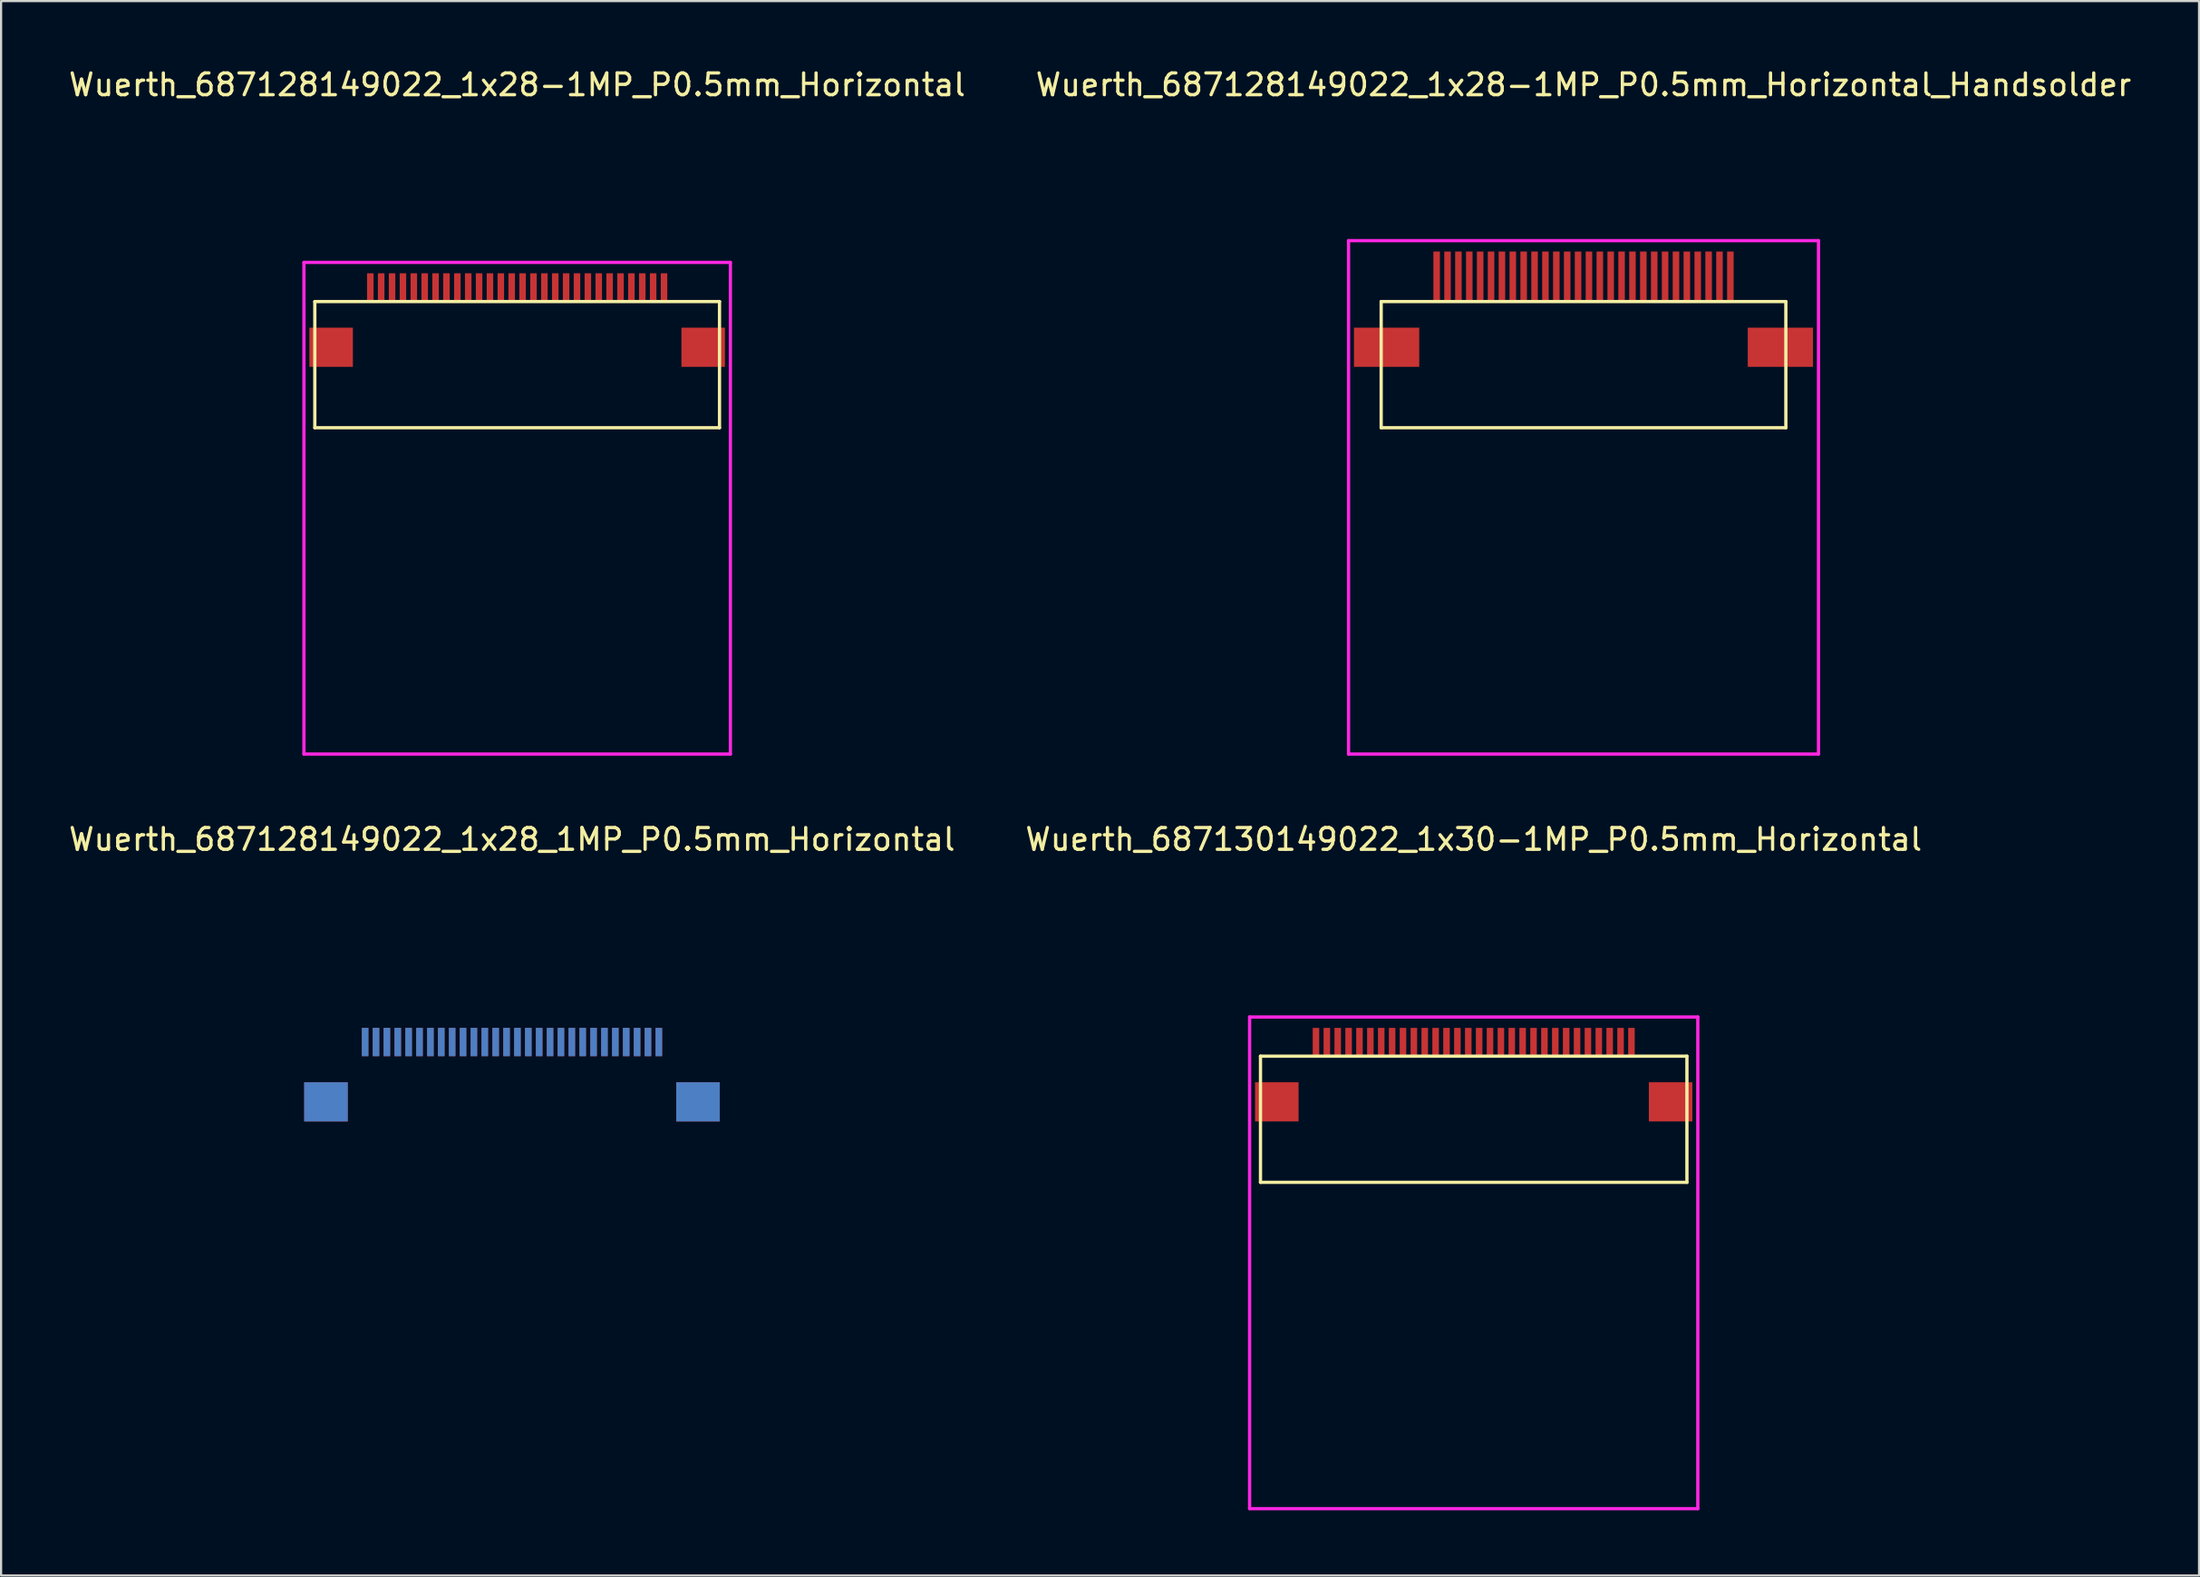
<source format=kicad_pcb>
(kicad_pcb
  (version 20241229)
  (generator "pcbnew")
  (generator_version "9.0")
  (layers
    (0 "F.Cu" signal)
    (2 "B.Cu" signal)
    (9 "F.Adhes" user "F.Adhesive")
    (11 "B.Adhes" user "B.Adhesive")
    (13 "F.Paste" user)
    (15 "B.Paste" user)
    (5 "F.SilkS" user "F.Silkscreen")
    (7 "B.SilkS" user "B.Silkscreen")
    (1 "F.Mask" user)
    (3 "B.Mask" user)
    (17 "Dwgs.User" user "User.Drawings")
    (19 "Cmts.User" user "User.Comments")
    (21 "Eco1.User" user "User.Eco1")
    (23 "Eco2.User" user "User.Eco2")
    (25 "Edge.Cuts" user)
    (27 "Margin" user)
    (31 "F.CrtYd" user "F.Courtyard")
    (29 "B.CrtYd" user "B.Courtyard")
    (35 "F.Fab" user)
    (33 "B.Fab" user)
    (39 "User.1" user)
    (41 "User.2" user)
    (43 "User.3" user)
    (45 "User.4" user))
  (footprint "Wuerth_687128149022_1x28-1MP_P0.5mm_Horizontal_Handsolder"
    (layer "F.Cu")
    (at 69.732 12.913)
    (property "Reference" "Wuerth_687128149022_1x28-1MP_P0.5mm_Horizontal_Handsolder" (at 0 -12.065 0) (layer "F.SilkS") (effects (font (size 1 1) (thickness 0.15))))
    (attr through_hole)
    (fp_line (start -9.3 -2.1) (end 9.3 -2.1) (stroke (width 0.15) (type solid)) (layer "F.SilkS"))
    (fp_line (start -9.3 3.7) (end -9.3 -2.1) (stroke (width 0.15) (type solid)) (layer "F.SilkS"))
    (fp_line (start 9.3 -2.1) (end 9.3 3.7) (stroke (width 0.15) (type solid)) (layer "F.SilkS"))
    (fp_line (start 9.3 3.7) (end -9.3 3.7) (stroke (width 0.15) (type solid)) (layer "F.SilkS"))
    (fp_line (start -10.8 -4.9) (end 10.8 -4.9) (stroke (width 0.15) (type solid)) (layer "F.CrtYd"))
    (fp_line (start -10.8 18.7) (end -10.8 -4.9) (stroke (width 0.15) (type solid)) (layer "F.CrtYd"))
    (fp_line (start 10.8 -4.9) (end 10.8 18.7) (stroke (width 0.15) (type solid)) (layer "F.CrtYd"))
    (fp_line (start 10.8 18.7) (end -10.8 18.7) (stroke (width 0.15) (type solid)) (layer "F.CrtYd"))
    (pad "1" smd rect (at -6.75 -3.25) (size 0.3 2.3) (layers "F.Cu" "F.Mask"))
    (pad "2" smd rect (at -6.25 -3.25) (size 0.3 2.3) (layers "F.Cu" "F.Mask"))
    (pad "3" smd rect (at -5.75 -3.25) (size 0.3 2.3) (layers "F.Cu" "F.Mask"))
    (pad "4" smd rect (at -5.25 -3.25) (size 0.3 2.3) (layers "F.Cu" "F.Mask"))
    (pad "5" smd rect (at -4.75 -3.25) (size 0.3 2.3) (layers "F.Cu" "F.Mask"))
    (pad "6" smd rect (at -4.25 -3.25) (size 0.3 2.3) (layers "F.Cu" "F.Mask"))
    (pad "7" smd rect (at -3.75 -3.25) (size 0.3 2.3) (layers "F.Cu" "F.Mask"))
    (pad "8" smd rect (at -3.25 -3.25) (size 0.3 2.3) (layers "F.Cu" "F.Mask"))
    (pad "9" smd rect (at -2.75 -3.25) (size 0.3 2.3) (layers "F.Cu" "F.Mask"))
    (pad "10" smd rect (at -2.25 -3.25) (size 0.3 2.3) (layers "F.Cu" "F.Mask"))
    (pad "11" smd rect (at -1.75 -3.25) (size 0.3 2.3) (layers "F.Cu" "F.Mask"))
    (pad "12" smd rect (at -1.25 -3.25) (size 0.3 2.3) (layers "F.Cu" "F.Mask"))
    (pad "13" smd rect (at -0.75 -3.25) (size 0.3 2.3) (layers "F.Cu" "F.Mask"))
    (pad "14" smd rect (at -0.25 -3.25) (size 0.3 2.3) (layers "F.Cu" "F.Mask"))
    (pad "15" smd rect (at 0.25 -3.25) (size 0.3 2.3) (layers "F.Cu" "F.Mask"))
    (pad "16" smd rect (at 0.75 -3.25) (size 0.3 2.3) (layers "F.Cu" "F.Mask"))
    (pad "17" smd rect (at 1.25 -3.25) (size 0.3 2.3) (layers "F.Cu" "F.Mask"))
    (pad "18" smd rect (at 1.75 -3.25) (size 0.3 2.3) (layers "F.Cu" "F.Mask"))
    (pad "19" smd rect (at 2.25 -3.25) (size 0.3 2.3) (layers "F.Cu" "F.Mask"))
    (pad "20" smd rect (at 2.75 -3.25) (size 0.3 2.3) (layers "F.Cu" "F.Mask"))
    (pad "21" smd rect (at 3.25 -3.25) (size 0.3 2.3) (layers "F.Cu" "F.Mask"))
    (pad "22" smd rect (at 3.75 -3.25) (size 0.3 2.3) (layers "F.Cu" "F.Mask"))
    (pad "23" smd rect (at 4.25 -3.25) (size 0.3 2.3) (layers "F.Cu" "F.Mask"))
    (pad "24" smd rect (at 4.75 -3.25) (size 0.3 2.3) (layers "F.Cu" "F.Mask"))
    (pad "25" smd rect (at 5.25 -3.25) (size 0.3 2.3) (layers "F.Cu" "F.Mask"))
    (pad "26" smd rect (at 5.75 -3.25) (size 0.3 2.3) (layers "F.Cu" "F.Mask"))
    (pad "27" smd rect (at 6.25 -3.25) (size 0.3 2.3) (layers "F.Cu" "F.Mask"))
    (pad "28" smd rect (at 6.75 -3.25) (size 0.3 2.3) (layers "F.Cu" "F.Mask"))
    (pad "MP" smd rect (at -9.05 0) (size 3 1.8) (layers "F.Cu" "F.Mask"))
    (pad "MP" smd rect (at 9.05 0) (size 3 1.8) (layers "F.Cu" "F.Mask")))
  (footprint "Wuerth_687130149022_1x30-1MP_P0.5mm_Horizontal"
    (layer "F.Cu")
    (at 64.685 47.602)
    (property "Reference" "Wuerth_687130149022_1x30-1MP_P0.5mm_Horizontal" (at 0 -12.065 0) (layer "F.SilkS") (effects (font (size 1 1) (thickness 0.15))))
    (attr through_hole)
    (fp_line (start -9.8 -2.1) (end 9.8 -2.1) (stroke (width 0.15) (type solid)) (layer "F.SilkS"))
    (fp_line (start -9.8 3.7) (end -9.8 -2.1) (stroke (width 0.15) (type solid)) (layer "F.SilkS"))
    (fp_line (start 9.8 -2.1) (end 9.8 3.7) (stroke (width 0.15) (type solid)) (layer "F.SilkS"))
    (fp_line (start 9.8 3.7) (end -9.8 3.7) (stroke (width 0.15) (type solid)) (layer "F.SilkS"))
    (fp_line (start -10.3 -3.9) (end 10.3 -3.9) (stroke (width 0.15) (type solid)) (layer "F.CrtYd"))
    (fp_line (start -10.3 18.7) (end -10.3 -3.9) (stroke (width 0.15) (type solid)) (layer "F.CrtYd"))
    (fp_line (start 10.3 -3.9) (end 10.3 18.7) (stroke (width 0.15) (type solid)) (layer "F.CrtYd"))
    (fp_line (start 10.3 18.7) (end -10.3 18.7) (stroke (width 0.15) (type solid)) (layer "F.CrtYd"))
    (pad "1" smd rect (at -7.25 -2.75) (size 0.3 1.3) (layers "F.Cu" "F.Mask" "F.Paste"))
    (pad "2" smd rect (at -6.75 -2.75) (size 0.3 1.3) (layers "F.Cu" "F.Mask" "F.Paste"))
    (pad "3" smd rect (at -6.25 -2.75) (size 0.3 1.3) (layers "F.Cu" "F.Mask" "F.Paste"))
    (pad "4" smd rect (at -5.75 -2.75) (size 0.3 1.3) (layers "F.Cu" "F.Mask" "F.Paste"))
    (pad "5" smd rect (at -5.25 -2.75) (size 0.3 1.3) (layers "F.Cu" "F.Mask" "F.Paste"))
    (pad "6" smd rect (at -4.75 -2.75) (size 0.3 1.3) (layers "F.Cu" "F.Mask" "F.Paste"))
    (pad "7" smd rect (at -4.25 -2.75) (size 0.3 1.3) (layers "F.Cu" "F.Mask" "F.Paste"))
    (pad "8" smd rect (at -3.75 -2.75) (size 0.3 1.3) (layers "F.Cu" "F.Mask" "F.Paste"))
    (pad "9" smd rect (at -3.25 -2.75) (size 0.3 1.3) (layers "F.Cu" "F.Mask" "F.Paste"))
    (pad "10" smd rect (at -2.75 -2.75) (size 0.3 1.3) (layers "F.Cu" "F.Mask" "F.Paste"))
    (pad "11" smd rect (at -2.25 -2.75) (size 0.3 1.3) (layers "F.Cu" "F.Mask" "F.Paste"))
    (pad "12" smd rect (at -1.75 -2.75) (size 0.3 1.3) (layers "F.Cu" "F.Mask" "F.Paste"))
    (pad "13" smd rect (at -1.25 -2.75) (size 0.3 1.3) (layers "F.Cu" "F.Mask" "F.Paste"))
    (pad "14" smd rect (at -0.75 -2.75) (size 0.3 1.3) (layers "F.Cu" "F.Mask" "F.Paste"))
    (pad "15" smd rect (at -0.25 -2.75) (size 0.3 1.3) (layers "F.Cu" "F.Mask" "F.Paste"))
    (pad "16" smd rect (at 0.25 -2.75) (size 0.3 1.3) (layers "F.Cu" "F.Mask" "F.Paste"))
    (pad "17" smd rect (at 0.75 -2.75) (size 0.3 1.3) (layers "F.Cu" "F.Mask" "F.Paste"))
    (pad "18" smd rect (at 1.25 -2.75) (size 0.3 1.3) (layers "F.Cu" "F.Mask" "F.Paste"))
    (pad "19" smd rect (at 1.75 -2.75) (size 0.3 1.3) (layers "F.Cu" "F.Mask" "F.Paste"))
    (pad "20" smd rect (at 2.25 -2.75) (size 0.3 1.3) (layers "F.Cu" "F.Mask" "F.Paste"))
    (pad "21" smd rect (at 2.75 -2.75) (size 0.3 1.3) (layers "F.Cu" "F.Mask" "F.Paste"))
    (pad "22" smd rect (at 3.25 -2.75) (size 0.3 1.3) (layers "F.Cu" "F.Mask" "F.Paste"))
    (pad "23" smd rect (at 3.75 -2.75) (size 0.3 1.3) (layers "F.Cu" "F.Mask" "F.Paste"))
    (pad "24" smd rect (at 4.25 -2.75) (size 0.3 1.3) (layers "F.Cu" "F.Mask" "F.Paste"))
    (pad "25" smd rect (at 4.75 -2.75) (size 0.3 1.3) (layers "F.Cu" "F.Mask" "F.Paste"))
    (pad "26" smd rect (at 5.25 -2.75) (size 0.3 1.3) (layers "F.Cu" "F.Mask" "F.Paste"))
    (pad "27" smd rect (at 5.75 -2.75) (size 0.3 1.3) (layers "F.Cu" "F.Mask" "F.Paste"))
    (pad "28" smd rect (at 6.25 -2.75) (size 0.3 1.3) (layers "F.Cu" "F.Mask" "F.Paste"))
    (pad "29" smd rect (at 6.75 -2.75) (size 0.3 1.3) (layers "F.Cu" "F.Mask" "F.Paste"))
    (pad "30" smd rect (at 7.25 -2.75) (size 0.3 1.3) (layers "F.Cu" "F.Mask" "F.Paste"))
    (pad "MP" smd rect (at -9.05 0) (size 2 1.8) (layers "F.Cu" "F.Mask" "F.Paste"))
    (pad "MP" smd rect (at 9.05 0) (size 2 1.8) (layers "F.Cu" "F.Mask" "F.Paste")))
  (footprint "Wuerth_687128149022_1x28-1MP_P0.5mm_Horizontal"
    (layer "F.Cu")
    (at 20.72 12.913)
    (property "Reference" "Wuerth_687128149022_1x28-1MP_P0.5mm_Horizontal" (at 0 -12.065 0) (layer "F.SilkS") (effects (font (size 1 1) (thickness 0.15))))
    (attr through_hole)
    (fp_line (start -9.3 -2.1) (end 9.3 -2.1) (stroke (width 0.15) (type solid)) (layer "F.SilkS"))
    (fp_line (start -9.3 3.7) (end -9.3 -2.1) (stroke (width 0.15) (type solid)) (layer "F.SilkS"))
    (fp_line (start 9.3 -2.1) (end 9.3 3.7) (stroke (width 0.15) (type solid)) (layer "F.SilkS"))
    (fp_line (start 9.3 3.7) (end -9.3 3.7) (stroke (width 0.15) (type solid)) (layer "F.SilkS"))
    (fp_line (start -9.8 -3.9) (end 9.8 -3.9) (stroke (width 0.15) (type solid)) (layer "F.CrtYd"))
    (fp_line (start -9.8 18.7) (end -9.8 -3.9) (stroke (width 0.15) (type solid)) (layer "F.CrtYd"))
    (fp_line (start 9.8 -3.9) (end 9.8 18.7) (stroke (width 0.15) (type solid)) (layer "F.CrtYd"))
    (fp_line (start 9.8 18.7) (end -9.8 18.7) (stroke (width 0.15) (type solid)) (layer "F.CrtYd"))
    (pad "1" smd rect (at -6.75 -2.75) (size 0.3 1.3) (layers "F.Cu" "F.Mask"))
    (pad "2" smd rect (at -6.25 -2.75) (size 0.3 1.3) (layers "F.Cu" "F.Mask"))
    (pad "3" smd rect (at -5.75 -2.75) (size 0.3 1.3) (layers "F.Cu" "F.Mask"))
    (pad "4" smd rect (at -5.25 -2.75) (size 0.3 1.3) (layers "F.Cu" "F.Mask"))
    (pad "5" smd rect (at -4.75 -2.75) (size 0.3 1.3) (layers "F.Cu" "F.Mask"))
    (pad "6" smd rect (at -4.25 -2.75) (size 0.3 1.3) (layers "F.Cu" "F.Mask"))
    (pad "7" smd rect (at -3.75 -2.75) (size 0.3 1.3) (layers "F.Cu" "F.Mask"))
    (pad "8" smd rect (at -3.25 -2.75) (size 0.3 1.3) (layers "F.Cu" "F.Mask"))
    (pad "9" smd rect (at -2.75 -2.75) (size 0.3 1.3) (layers "F.Cu" "F.Mask"))
    (pad "10" smd rect (at -2.25 -2.75) (size 0.3 1.3) (layers "F.Cu" "F.Mask"))
    (pad "11" smd rect (at -1.75 -2.75) (size 0.3 1.3) (layers "F.Cu" "F.Mask"))
    (pad "12" smd rect (at -1.25 -2.75) (size 0.3 1.3) (layers "F.Cu" "F.Mask"))
    (pad "13" smd rect (at -0.75 -2.75) (size 0.3 1.3) (layers "F.Cu" "F.Mask"))
    (pad "14" smd rect (at -0.25 -2.75) (size 0.3 1.3) (layers "F.Cu" "F.Mask"))
    (pad "15" smd rect (at 0.25 -2.75) (size 0.3 1.3) (layers "F.Cu" "F.Mask"))
    (pad "16" smd rect (at 0.75 -2.75) (size 0.3 1.3) (layers "F.Cu" "F.Mask"))
    (pad "17" smd rect (at 1.25 -2.75) (size 0.3 1.3) (layers "F.Cu" "F.Mask"))
    (pad "18" smd rect (at 1.75 -2.75) (size 0.3 1.3) (layers "F.Cu" "F.Mask"))
    (pad "19" smd rect (at 2.25 -2.75) (size 0.3 1.3) (layers "F.Cu" "F.Mask"))
    (pad "20" smd rect (at 2.75 -2.75) (size 0.3 1.3) (layers "F.Cu" "F.Mask"))
    (pad "21" smd rect (at 3.25 -2.75) (size 0.3 1.3) (layers "F.Cu" "F.Mask"))
    (pad "22" smd rect (at 3.75 -2.75) (size 0.3 1.3) (layers "F.Cu" "F.Mask"))
    (pad "23" smd rect (at 4.25 -2.75) (size 0.3 1.3) (layers "F.Cu" "F.Mask"))
    (pad "24" smd rect (at 4.75 -2.75) (size 0.3 1.3) (layers "F.Cu" "F.Mask"))
    (pad "25" smd rect (at 5.25 -2.75) (size 0.3 1.3) (layers "F.Cu" "F.Mask"))
    (pad "26" smd rect (at 5.75 -2.75) (size 0.3 1.3) (layers "F.Cu" "F.Mask"))
    (pad "27" smd rect (at 6.25 -2.75) (size 0.3 1.3) (layers "F.Cu" "F.Mask"))
    (pad "28" smd rect (at 6.75 -2.75) (size 0.3 1.3) (layers "F.Cu" "F.Mask"))
    (pad "MP" smd rect (at -8.55 0) (size 2 1.8) (layers "F.Cu" "F.Mask"))
    (pad "MP" smd rect (at 8.55 0) (size 2 1.8) (layers "F.Cu" "F.Mask")))
  (footprint "Wuerth_687128149022_1x28_1MP_P0.5mm_Horizontal"
    (layer "F.Cu")
    (at 20.482 47.602)
    (property "Reference" "Wuerth_687128149022_1x28_1MP_P0.5mm_Horizontal" (at 0 -12.065 0) (layer "F.SilkS") (effects (font (size 1 1) (thickness 0.15))))
    (attr through_hole)
    (pad "1" smd rect (at -6.75 -2.75) (size 0.3 1.3) (layers "*.Cu" "*.Mask"))
    (pad "2" smd rect (at -6.25 -2.75) (size 0.3 1.3) (layers "*.Cu" "*.Mask"))
    (pad "3" smd rect (at -5.75 -2.75) (size 0.3 1.3) (layers "*.Cu" "*.Mask"))
    (pad "4" smd rect (at -5.25 -2.75) (size 0.3 1.3) (layers "*.Cu" "*.Mask"))
    (pad "5" smd rect (at -4.75 -2.75) (size 0.3 1.3) (layers "*.Cu" "*.Mask"))
    (pad "6" smd rect (at -4.25 -2.75) (size 0.3 1.3) (layers "*.Cu" "*.Mask"))
    (pad "7" smd rect (at -3.75 -2.75) (size 0.3 1.3) (layers "*.Cu" "*.Mask"))
    (pad "8" smd rect (at -3.25 -2.75) (size 0.3 1.3) (layers "*.Cu" "*.Mask"))
    (pad "9" smd rect (at -2.75 -2.75) (size 0.3 1.3) (layers "*.Cu" "*.Mask"))
    (pad "10" smd rect (at -2.25 -2.75) (size 0.3 1.3) (layers "*.Cu" "*.Mask"))
    (pad "11" smd rect (at -1.75 -2.75) (size 0.3 1.3) (layers "*.Cu" "*.Mask"))
    (pad "12" smd rect (at -1.25 -2.75) (size 0.3 1.3) (layers "*.Cu" "*.Mask"))
    (pad "13" smd rect (at -0.75 -2.75) (size 0.3 1.3) (layers "*.Cu" "*.Mask"))
    (pad "14" smd rect (at -0.25 -2.75) (size 0.3 1.3) (layers "*.Cu" "*.Mask"))
    (pad "15" smd rect (at 0.25 -2.75) (size 0.3 1.3) (layers "*.Cu" "*.Mask"))
    (pad "16" smd rect (at 0.75 -2.75) (size 0.3 1.3) (layers "*.Cu" "*.Mask"))
    (pad "17" smd rect (at 1.25 -2.75) (size 0.3 1.3) (layers "*.Cu" "*.Mask"))
    (pad "18" smd rect (at 1.75 -2.75) (size 0.3 1.3) (layers "*.Cu" "*.Mask"))
    (pad "19" smd rect (at 2.25 -2.75) (size 0.3 1.3) (layers "*.Cu" "*.Mask"))
    (pad "20" smd rect (at 2.75 -2.75) (size 0.3 1.3) (layers "*.Cu" "*.Mask"))
    (pad "21" smd rect (at 3.25 -2.75) (size 0.3 1.3) (layers "*.Cu" "*.Mask"))
    (pad "22" smd rect (at 3.75 -2.75) (size 0.3 1.3) (layers "*.Cu" "*.Mask"))
    (pad "23" smd rect (at 4.25 -2.75) (size 0.3 1.3) (layers "*.Cu" "*.Mask"))
    (pad "24" smd rect (at 4.75 -2.75) (size 0.3 1.3) (layers "*.Cu" "*.Mask"))
    (pad "25" smd rect (at 5.25 -2.75) (size 0.3 1.3) (layers "*.Cu" "*.Mask"))
    (pad "26" smd rect (at 5.75 -2.75) (size 0.3 1.3) (layers "*.Cu" "*.Mask"))
    (pad "27" smd rect (at 6.25 -2.75) (size 0.3 1.3) (layers "*.Cu" "*.Mask"))
    (pad "28" smd rect (at 6.75 -2.75) (size 0.3 1.3) (layers "*.Cu" "*.Mask"))
    (pad "MP" smd rect (at -8.55 0) (size 2 1.8) (layers "*.Cu" "*.Mask"))
    (pad "MP" smd rect (at 8.55 0) (size 2 1.8) (layers "*.Cu" "*.Mask")))
  (gr_rect
    (start -3 -3)
    (end 98.024 69.376)
    (stroke (width 0.1) (type default))
    (fill no)
    (layer "Edge.Cuts")))
</source>
